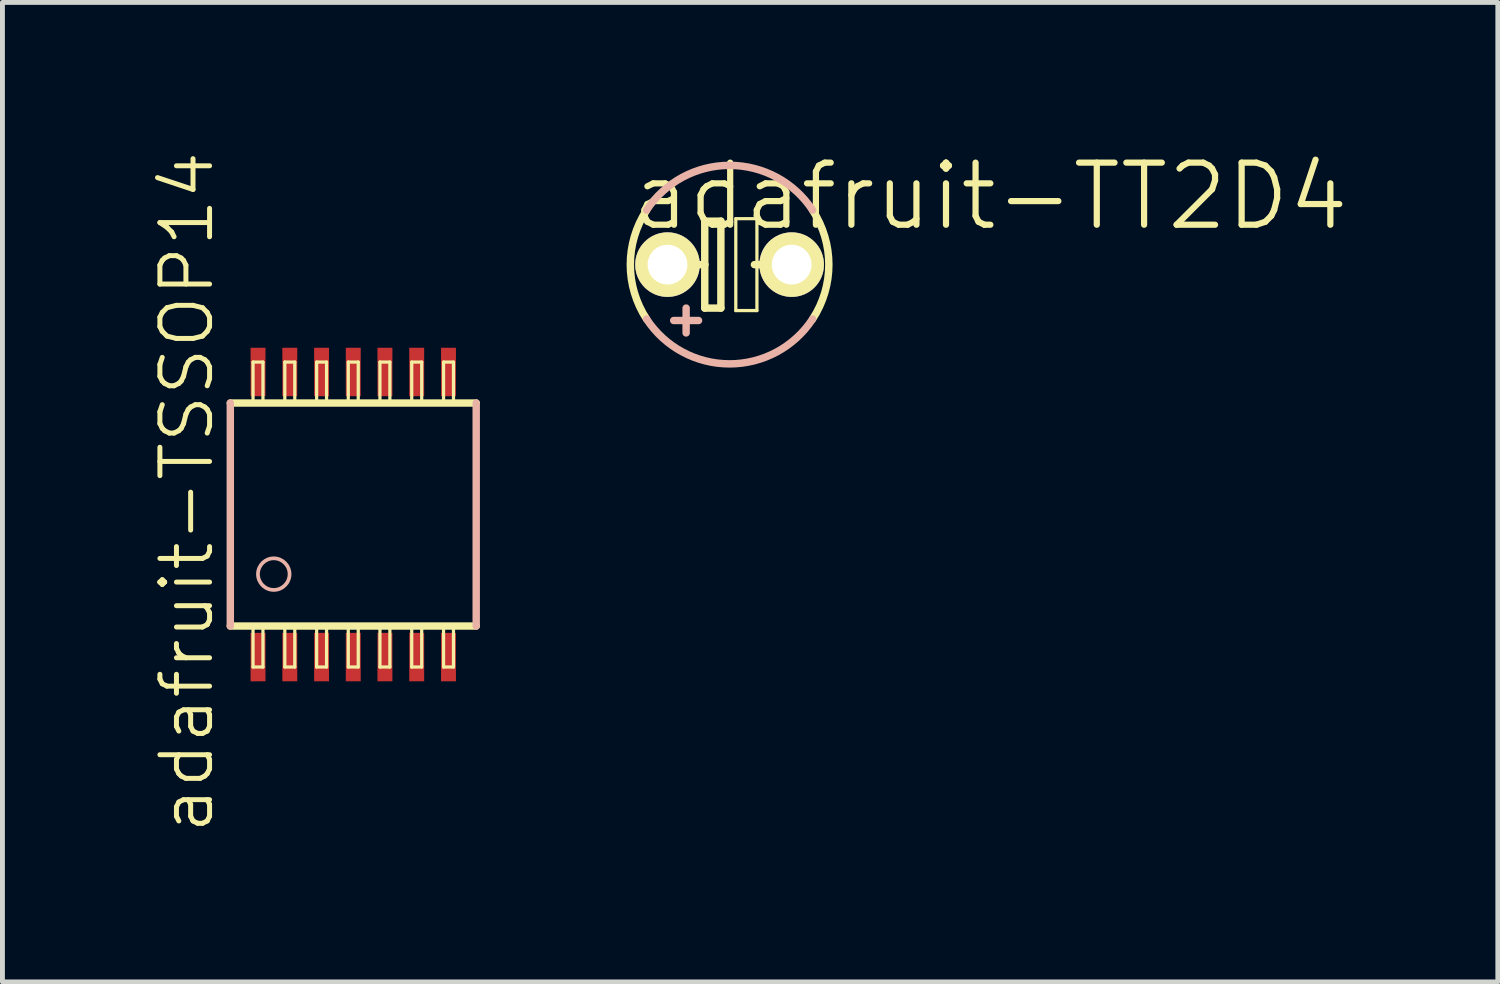
<source format=kicad_pcb>
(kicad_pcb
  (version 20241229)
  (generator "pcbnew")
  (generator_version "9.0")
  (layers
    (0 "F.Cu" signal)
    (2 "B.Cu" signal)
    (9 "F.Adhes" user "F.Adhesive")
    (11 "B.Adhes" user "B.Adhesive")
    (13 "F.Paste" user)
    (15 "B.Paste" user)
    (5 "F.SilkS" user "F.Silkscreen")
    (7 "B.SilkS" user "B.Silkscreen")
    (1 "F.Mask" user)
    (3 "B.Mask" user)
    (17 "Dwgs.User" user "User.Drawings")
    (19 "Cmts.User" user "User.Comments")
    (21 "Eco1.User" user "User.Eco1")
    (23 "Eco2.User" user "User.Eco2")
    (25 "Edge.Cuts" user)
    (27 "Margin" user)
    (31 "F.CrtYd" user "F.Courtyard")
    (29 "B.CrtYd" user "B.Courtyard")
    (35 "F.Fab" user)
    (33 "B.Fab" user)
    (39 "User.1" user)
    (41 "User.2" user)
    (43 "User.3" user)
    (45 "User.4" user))
  (footprint "adafruit-TSSOP14"
    (layer "F.Cu")
    (at 4.176 7.475)
    (property "Reference" "adafruit-TSSOP14" (at -3.404 -0.457 90) (layer "F.SilkS") (effects (font (size 1.016 1.016) (thickness 0.102))))
    (attr smd)
    (fp_line (start -2.515 2.281) (end 2.515 2.281) (stroke (width 0.152) (type solid)) (layer "F.SilkS"))
    (fp_line (start -2.05 -3.119) (end -1.847 -3.119) (stroke (width 0.066) (type solid)) (layer "F.SilkS"))
    (fp_line (start -2.05 -2.281) (end -2.05 -3.119) (stroke (width 0.066) (type solid)) (layer "F.SilkS"))
    (fp_line (start -2.05 -2.281) (end -1.847 -2.281) (stroke (width 0.066) (type solid)) (layer "F.SilkS"))
    (fp_line (start -2.05 2.281) (end -1.847 2.281) (stroke (width 0.066) (type solid)) (layer "F.SilkS"))
    (fp_line (start -2.05 3.119) (end -2.05 2.281) (stroke (width 0.066) (type solid)) (layer "F.SilkS"))
    (fp_line (start -2.05 3.119) (end -1.847 3.119) (stroke (width 0.066) (type solid)) (layer "F.SilkS"))
    (fp_line (start -1.847 -2.281) (end -1.847 -3.119) (stroke (width 0.066) (type solid)) (layer "F.SilkS"))
    (fp_line (start -1.847 3.119) (end -1.847 2.281) (stroke (width 0.066) (type solid)) (layer "F.SilkS"))
    (fp_line (start -1.4 -3.119) (end -1.196 -3.119) (stroke (width 0.066) (type solid)) (layer "F.SilkS"))
    (fp_line (start -1.4 -2.281) (end -1.4 -3.119) (stroke (width 0.066) (type solid)) (layer "F.SilkS"))
    (fp_line (start -1.4 -2.281) (end -1.196 -2.281) (stroke (width 0.066) (type solid)) (layer "F.SilkS"))
    (fp_line (start -1.4 2.281) (end -1.196 2.281) (stroke (width 0.066) (type solid)) (layer "F.SilkS"))
    (fp_line (start -1.4 3.119) (end -1.4 2.281) (stroke (width 0.066) (type solid)) (layer "F.SilkS"))
    (fp_line (start -1.4 3.119) (end -1.196 3.119) (stroke (width 0.066) (type solid)) (layer "F.SilkS"))
    (fp_line (start -1.196 -2.281) (end -1.196 -3.119) (stroke (width 0.066) (type solid)) (layer "F.SilkS"))
    (fp_line (start -1.196 3.119) (end -1.196 2.281) (stroke (width 0.066) (type solid)) (layer "F.SilkS"))
    (fp_line (start -0.749 -3.119) (end -0.546 -3.119) (stroke (width 0.066) (type solid)) (layer "F.SilkS"))
    (fp_line (start -0.749 -2.281) (end -0.749 -3.119) (stroke (width 0.066) (type solid)) (layer "F.SilkS"))
    (fp_line (start -0.749 -2.281) (end -0.546 -2.281) (stroke (width 0.066) (type solid)) (layer "F.SilkS"))
    (fp_line (start -0.749 2.281) (end -0.546 2.281) (stroke (width 0.066) (type solid)) (layer "F.SilkS"))
    (fp_line (start -0.749 3.119) (end -0.749 2.281) (stroke (width 0.066) (type solid)) (layer "F.SilkS"))
    (fp_line (start -0.749 3.119) (end -0.546 3.119) (stroke (width 0.066) (type solid)) (layer "F.SilkS"))
    (fp_line (start -0.546 -2.281) (end -0.546 -3.119) (stroke (width 0.066) (type solid)) (layer "F.SilkS"))
    (fp_line (start -0.546 3.119) (end -0.546 2.281) (stroke (width 0.066) (type solid)) (layer "F.SilkS"))
    (fp_line (start -0.102 -3.119) (end 0.102 -3.119) (stroke (width 0.066) (type solid)) (layer "F.SilkS"))
    (fp_line (start -0.102 -2.281) (end -0.102 -3.119) (stroke (width 0.066) (type solid)) (layer "F.SilkS"))
    (fp_line (start -0.102 -2.281) (end 0.102 -2.281) (stroke (width 0.066) (type solid)) (layer "F.SilkS"))
    (fp_line (start -0.102 2.281) (end 0.102 2.281) (stroke (width 0.066) (type solid)) (layer "F.SilkS"))
    (fp_line (start -0.102 3.119) (end -0.102 2.281) (stroke (width 0.066) (type solid)) (layer "F.SilkS"))
    (fp_line (start -0.102 3.119) (end 0.102 3.119) (stroke (width 0.066) (type solid)) (layer "F.SilkS"))
    (fp_line (start 0.102 -2.281) (end 0.102 -3.119) (stroke (width 0.066) (type solid)) (layer "F.SilkS"))
    (fp_line (start 0.102 3.119) (end 0.102 2.281) (stroke (width 0.066) (type solid)) (layer "F.SilkS"))
    (fp_line (start 0.546 -3.119) (end 0.749 -3.119) (stroke (width 0.066) (type solid)) (layer "F.SilkS"))
    (fp_line (start 0.546 -2.281) (end 0.546 -3.119) (stroke (width 0.066) (type solid)) (layer "F.SilkS"))
    (fp_line (start 0.546 -2.281) (end 0.749 -2.281) (stroke (width 0.066) (type solid)) (layer "F.SilkS"))
    (fp_line (start 0.546 2.281) (end 0.749 2.281) (stroke (width 0.066) (type solid)) (layer "F.SilkS"))
    (fp_line (start 0.546 3.119) (end 0.546 2.281) (stroke (width 0.066) (type solid)) (layer "F.SilkS"))
    (fp_line (start 0.546 3.119) (end 0.749 3.119) (stroke (width 0.066) (type solid)) (layer "F.SilkS"))
    (fp_line (start 0.749 -2.281) (end 0.749 -3.119) (stroke (width 0.066) (type solid)) (layer "F.SilkS"))
    (fp_line (start 0.749 3.119) (end 0.749 2.281) (stroke (width 0.066) (type solid)) (layer "F.SilkS"))
    (fp_line (start 1.196 -3.119) (end 1.4 -3.119) (stroke (width 0.066) (type solid)) (layer "F.SilkS"))
    (fp_line (start 1.196 -2.281) (end 1.196 -3.119) (stroke (width 0.066) (type solid)) (layer "F.SilkS"))
    (fp_line (start 1.196 -2.281) (end 1.4 -2.281) (stroke (width 0.066) (type solid)) (layer "F.SilkS"))
    (fp_line (start 1.196 2.281) (end 1.4 2.281) (stroke (width 0.066) (type solid)) (layer "F.SilkS"))
    (fp_line (start 1.196 3.119) (end 1.196 2.281) (stroke (width 0.066) (type solid)) (layer "F.SilkS"))
    (fp_line (start 1.196 3.119) (end 1.4 3.119) (stroke (width 0.066) (type solid)) (layer "F.SilkS"))
    (fp_line (start 1.4 -2.281) (end 1.4 -3.119) (stroke (width 0.066) (type solid)) (layer "F.SilkS"))
    (fp_line (start 1.4 3.119) (end 1.4 2.281) (stroke (width 0.066) (type solid)) (layer "F.SilkS"))
    (fp_line (start 1.847 -3.119) (end 2.05 -3.119) (stroke (width 0.066) (type solid)) (layer "F.SilkS"))
    (fp_line (start 1.847 -2.281) (end 1.847 -3.119) (stroke (width 0.066) (type solid)) (layer "F.SilkS"))
    (fp_line (start 1.847 -2.281) (end 2.05 -2.281) (stroke (width 0.066) (type solid)) (layer "F.SilkS"))
    (fp_line (start 1.847 2.281) (end 2.05 2.281) (stroke (width 0.066) (type solid)) (layer "F.SilkS"))
    (fp_line (start 1.847 3.119) (end 1.847 2.281) (stroke (width 0.066) (type solid)) (layer "F.SilkS"))
    (fp_line (start 1.847 3.119) (end 2.05 3.119) (stroke (width 0.066) (type solid)) (layer "F.SilkS"))
    (fp_line (start 2.05 -2.281) (end 2.05 -3.119) (stroke (width 0.066) (type solid)) (layer "F.SilkS"))
    (fp_line (start 2.05 3.119) (end 2.05 2.281) (stroke (width 0.066) (type solid)) (layer "F.SilkS"))
    (fp_line (start 2.515 -2.281) (end -2.515 -2.281) (stroke (width 0.152) (type solid)) (layer "F.SilkS"))
    (fp_line (start -2.515 2.281) (end -2.515 -2.281) (stroke (width 0.152) (type solid)) (layer "B.SilkS"))
    (fp_line (start 2.515 -2.281) (end 2.515 2.281) (stroke (width 0.152) (type solid)) (layer "B.SilkS"))
    (fp_circle (center -1.626 1.219) (end -1.854 1.448) (stroke (width 0.076) (type solid)) (fill no) (layer "B.SilkS"))
    (pad "1" smd rect (at -1.948 2.916) (size 0.305 0.991) (layers "F.Cu" "F.Mask" "F.Paste"))
    (pad "2" smd rect (at -1.298 2.916) (size 0.305 0.991) (layers "F.Cu" "F.Mask" "F.Paste"))
    (pad "3" smd rect (at -0.648 2.916) (size 0.305 0.991) (layers "F.Cu" "F.Mask" "F.Paste"))
    (pad "4" smd rect (at 0 2.916) (size 0.305 0.991) (layers "F.Cu" "F.Mask" "F.Paste"))
    (pad "5" smd rect (at 0.648 2.916) (size 0.305 0.991) (layers "F.Cu" "F.Mask" "F.Paste"))
    (pad "6" smd rect (at 1.298 2.916) (size 0.305 0.991) (layers "F.Cu" "F.Mask" "F.Paste"))
    (pad "7" smd rect (at 1.948 2.916) (size 0.305 0.991) (layers "F.Cu" "F.Mask" "F.Paste"))
    (pad "8" smd rect (at 1.948 -2.916) (size 0.305 0.991) (layers "F.Cu" "F.Mask" "F.Paste"))
    (pad "9" smd rect (at 1.298 -2.916) (size 0.305 0.991) (layers "F.Cu" "F.Mask" "F.Paste"))
    (pad "10" smd rect (at 0.648 -2.916) (size 0.305 0.991) (layers "F.Cu" "F.Mask" "F.Paste"))
    (pad "11" smd rect (at 0 -2.916) (size 0.305 0.991) (layers "F.Cu" "F.Mask" "F.Paste"))
    (pad "12" smd rect (at -0.648 -2.916) (size 0.305 0.991) (layers "F.Cu" "F.Mask" "F.Paste"))
    (pad "13" smd rect (at -1.298 -2.916) (size 0.305 0.991) (layers "F.Cu" "F.Mask" "F.Paste"))
    (pad "14" smd rect (at -1.948 -2.916) (size 0.305 0.991) (layers "F.Cu" "F.Mask" "F.Paste")))
  (footprint "adafruit-TT2D4"
    (layer "F.Cu")
    (at 11.874 2.363)
    (property "Reference" "adafruit-TT2D4" (at 5.334 -1.397 0) (layer "F.SilkS") (effects (font (size 1.27 1.27) (thickness 0.127))))
    (attr exclude_from_pos_files exclude_from_bom)
    (fp_line (start -1.016 0) (end -0.508 0) (stroke (width 0.152) (type solid)) (layer "F.SilkS"))
    (fp_line (start -0.508 -0.889) (end -0.508 0) (stroke (width 0.152) (type solid)) (layer "F.SilkS"))
    (fp_line (start -0.508 0) (end -0.508 0.889) (stroke (width 0.152) (type solid)) (layer "F.SilkS"))
    (fp_line (start -0.508 0.889) (end -0.178 0.889) (stroke (width 0.152) (type solid)) (layer "F.SilkS"))
    (fp_line (start -0.178 -0.889) (end -0.508 -0.889) (stroke (width 0.152) (type solid)) (layer "F.SilkS"))
    (fp_line (start -0.178 0.889) (end -0.178 -0.889) (stroke (width 0.152) (type solid)) (layer "F.SilkS"))
    (fp_line (start 0.127 -0.94) (end 0.559 -0.94) (stroke (width 0.066) (type solid)) (layer "F.SilkS"))
    (fp_line (start 0.127 0.94) (end 0.127 -0.94) (stroke (width 0.066) (type solid)) (layer "F.SilkS"))
    (fp_line (start 0.127 0.94) (end 0.559 0.94) (stroke (width 0.066) (type solid)) (layer "F.SilkS"))
    (fp_line (start 0.508 0) (end 1.016 0) (stroke (width 0.152) (type solid)) (layer "F.SilkS"))
    (fp_line (start 0.559 0.94) (end 0.559 -0.94) (stroke (width 0.066) (type solid)) (layer "F.SilkS"))
    (fp_arc (start -1.69672 1.11506) (mid -2.030323 0.002209) (end -1.699143 -1.111365) (stroke (width 0.1524) (type solid)) (layer "F.SilkS"))
    (fp_arc (start 1.69672 -1.11506) (mid 2.030323 -0.002209) (end 1.699143 1.111365) (stroke (width 0.1524) (type solid)) (layer "F.SilkS"))
    (fp_line (start -0.889 1.397) (end -0.889 0.889) (stroke (width 0.152) (type solid)) (layer "B.SilkS"))
    (fp_line (start -0.635 1.143) (end -1.143 1.143) (stroke (width 0.152) (type solid)) (layer "B.SilkS"))
    (fp_arc (start -1.69672 -1.11506) (mid 0.000437 -2.030324) (end 1.6972 -1.114329) (stroke (width 0.1524) (type solid)) (layer "B.SilkS"))
    (fp_arc (start 1.69672 1.11506) (mid -0.000437 2.030324) (end -1.6972 1.114329) (stroke (width 0.1524) (type solid)) (layer "B.SilkS"))
    (pad "+" thru_hole circle (at -1.27 0) (size 1.321 1.321) (drill 0.813) (layers "*.Cu" "F.Mask" "F.SilkS" "F.Paste"))
    (pad "-" thru_hole circle (at 1.27 0) (size 1.321 1.321) (drill 0.813) (layers "*.Cu" "F.Mask" "F.SilkS" "F.Paste")))
  (gr_rect
    (start -3 -3)
    (end 27.589 17.035)
    (stroke (width 0.1) (type default))
    (fill no)
    (layer "Edge.Cuts")))
</source>
